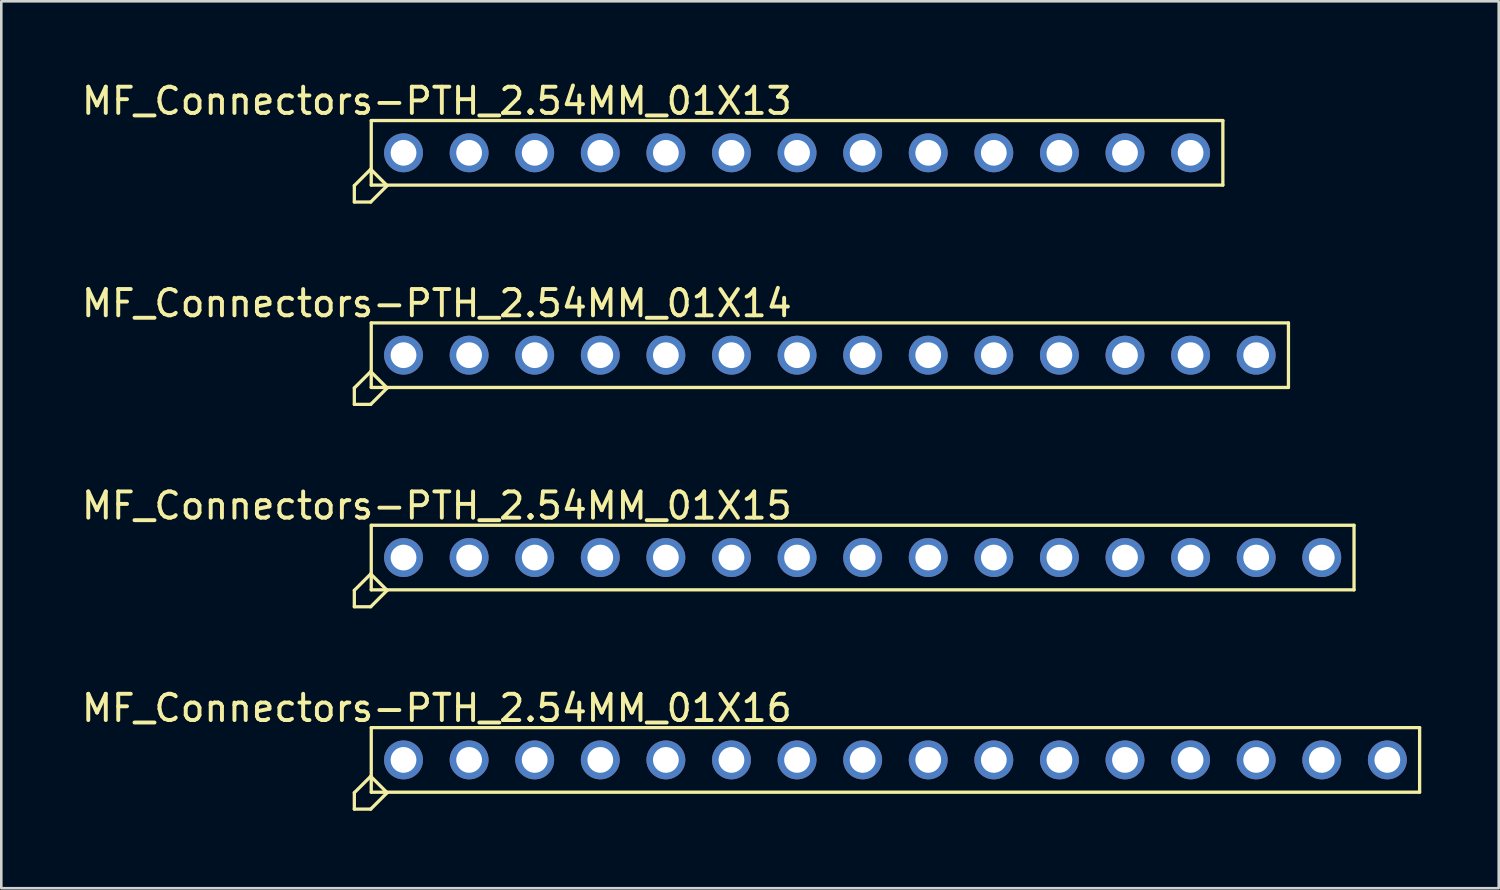
<source format=kicad_pcb>
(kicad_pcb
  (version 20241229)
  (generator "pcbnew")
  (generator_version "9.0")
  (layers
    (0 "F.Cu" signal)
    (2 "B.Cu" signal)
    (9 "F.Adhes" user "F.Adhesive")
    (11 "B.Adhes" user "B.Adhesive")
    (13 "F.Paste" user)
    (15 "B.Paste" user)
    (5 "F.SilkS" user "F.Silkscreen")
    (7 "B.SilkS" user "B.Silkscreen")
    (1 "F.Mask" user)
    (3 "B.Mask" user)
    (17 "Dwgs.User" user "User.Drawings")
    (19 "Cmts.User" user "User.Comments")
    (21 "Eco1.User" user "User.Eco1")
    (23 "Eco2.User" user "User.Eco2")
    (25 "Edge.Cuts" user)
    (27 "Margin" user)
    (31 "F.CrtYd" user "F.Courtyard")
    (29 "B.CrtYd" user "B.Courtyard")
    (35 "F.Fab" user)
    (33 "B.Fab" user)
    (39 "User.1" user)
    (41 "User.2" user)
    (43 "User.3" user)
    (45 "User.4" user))
  (footprint "MF_Connectors-PTH_2.54MM_01X16"
    (layer "F.Cu")
    (at 31.627 26.379)
    (property "Reference" "MF_Connectors-PTH_2.54MM_01X16" (at -17.76 -2.007 0) (layer "F.SilkS") (effects (font (size 1.016 1.016) (thickness 0.152))))
    (attr exclude_from_pos_files exclude_from_bom)
    (fp_line (start -20.955 1.27) (end -20.955 1.905) (stroke (width 0.127) (type solid)) (layer "F.SilkS"))
    (fp_line (start -20.955 1.905) (end -20.32 1.905) (stroke (width 0.127) (type solid)) (layer "F.SilkS"))
    (fp_line (start -20.32 0.635) (end -20.955 1.27) (stroke (width 0.127) (type solid)) (layer "F.SilkS"))
    (fp_line (start -20.32 1.905) (end -19.685 1.27) (stroke (width 0.127) (type solid)) (layer "F.SilkS"))
    (fp_line (start -20.3 -1.25) (end 20.3 -1.25) (stroke (width 0.127) (type solid)) (layer "F.SilkS"))
    (fp_line (start -20.3 1.25) (end -20.3 -1.25) (stroke (width 0.127) (type solid)) (layer "F.SilkS"))
    (fp_line (start -19.685 1.27) (end -20.32 0.635) (stroke (width 0.127) (type solid)) (layer "F.SilkS"))
    (fp_line (start 20.3 -1.25) (end 20.3 1.25) (stroke (width 0.127) (type solid)) (layer "F.SilkS"))
    (fp_line (start 20.3 1.25) (end -20.3 1.25) (stroke (width 0.127) (type solid)) (layer "F.SilkS"))
    (pad "1" thru_hole circle (at -19.05 0) (size 1.506 1.506) (drill 0.998) (layers "*.Cu" "*.Mask"))
    (pad "2" thru_hole circle (at -16.51 0) (size 1.506 1.506) (drill 0.998) (layers "*.Cu" "*.Mask"))
    (pad "3" thru_hole circle (at -13.97 0) (size 1.506 1.506) (drill 0.998) (layers "*.Cu" "*.Mask"))
    (pad "4" thru_hole circle (at -11.43 0) (size 1.506 1.506) (drill 0.998) (layers "*.Cu" "*.Mask"))
    (pad "5" thru_hole circle (at -8.89 0) (size 1.506 1.506) (drill 0.998) (layers "*.Cu" "*.Mask"))
    (pad "6" thru_hole circle (at -6.35 0) (size 1.506 1.506) (drill 0.998) (layers "*.Cu" "*.Mask"))
    (pad "7" thru_hole circle (at -3.81 0) (size 1.506 1.506) (drill 0.998) (layers "*.Cu" "*.Mask"))
    (pad "8" thru_hole circle (at -1.27 0) (size 1.506 1.506) (drill 0.998) (layers "*.Cu" "*.Mask"))
    (pad "9" thru_hole circle (at 1.27 0) (size 1.506 1.506) (drill 0.998) (layers "*.Cu" "*.Mask"))
    (pad "10" thru_hole circle (at 3.81 0) (size 1.506 1.506) (drill 0.998) (layers "*.Cu" "*.Mask"))
    (pad "11" thru_hole circle (at 6.35 0) (size 1.506 1.506) (drill 0.998) (layers "*.Cu" "*.Mask"))
    (pad "12" thru_hole circle (at 8.89 0) (size 1.506 1.506) (drill 0.998) (layers "*.Cu" "*.Mask"))
    (pad "13" thru_hole circle (at 11.43 0) (size 1.506 1.506) (drill 0.998) (layers "*.Cu" "*.Mask"))
    (pad "14" thru_hole circle (at 13.97 0) (size 1.506 1.506) (drill 0.998) (layers "*.Cu" "*.Mask"))
    (pad "15" thru_hole circle (at 16.51 0) (size 1.506 1.506) (drill 0.998) (layers "*.Cu" "*.Mask"))
    (pad "16" thru_hole circle (at 19.05 0) (size 1.506 1.506) (drill 0.998) (layers "*.Cu" "*.Mask")))
  (footprint "MF_Connectors-PTH_2.54MM_01X13"
    (layer "F.Cu")
    (at 27.817 2.868)
    (property "Reference" "MF_Connectors-PTH_2.54MM_01X13" (at -13.95 -2.007 0) (layer "F.SilkS") (effects (font (size 1.016 1.016) (thickness 0.152))))
    (attr exclude_from_pos_files exclude_from_bom)
    (fp_line (start -17.145 1.27) (end -17.145 1.905) (stroke (width 0.127) (type solid)) (layer "F.SilkS"))
    (fp_line (start -17.145 1.905) (end -16.51 1.905) (stroke (width 0.127) (type solid)) (layer "F.SilkS"))
    (fp_line (start -16.51 0.635) (end -17.145 1.27) (stroke (width 0.127) (type solid)) (layer "F.SilkS"))
    (fp_line (start -16.51 1.905) (end -15.875 1.27) (stroke (width 0.127) (type solid)) (layer "F.SilkS"))
    (fp_line (start -16.49 -1.25) (end 16.49 -1.25) (stroke (width 0.127) (type solid)) (layer "F.SilkS"))
    (fp_line (start -16.49 1.25) (end -16.49 -1.25) (stroke (width 0.127) (type solid)) (layer "F.SilkS"))
    (fp_line (start -15.875 1.27) (end -16.51 0.635) (stroke (width 0.127) (type solid)) (layer "F.SilkS"))
    (fp_line (start 16.49 -1.25) (end 16.49 1.25) (stroke (width 0.127) (type solid)) (layer "F.SilkS"))
    (fp_line (start 16.49 1.25) (end -16.49 1.25) (stroke (width 0.127) (type solid)) (layer "F.SilkS"))
    (pad "1" thru_hole circle (at -15.24 0) (size 1.506 1.506) (drill 0.998) (layers "*.Cu" "*.Mask"))
    (pad "2" thru_hole circle (at -12.7 0) (size 1.506 1.506) (drill 0.998) (layers "*.Cu" "*.Mask"))
    (pad "3" thru_hole circle (at -10.16 0) (size 1.506 1.506) (drill 0.998) (layers "*.Cu" "*.Mask"))
    (pad "4" thru_hole circle (at -7.62 0) (size 1.506 1.506) (drill 0.998) (layers "*.Cu" "*.Mask"))
    (pad "5" thru_hole circle (at -5.08 0) (size 1.506 1.506) (drill 0.998) (layers "*.Cu" "*.Mask"))
    (pad "6" thru_hole circle (at -2.54 0) (size 1.506 1.506) (drill 0.998) (layers "*.Cu" "*.Mask"))
    (pad "7" thru_hole circle (at 0 0) (size 1.506 1.506) (drill 0.998) (layers "*.Cu" "*.Mask"))
    (pad "8" thru_hole circle (at 2.54 0) (size 1.506 1.506) (drill 0.998) (layers "*.Cu" "*.Mask"))
    (pad "9" thru_hole circle (at 5.08 0) (size 1.506 1.506) (drill 0.998) (layers "*.Cu" "*.Mask"))
    (pad "10" thru_hole circle (at 7.62 0) (size 1.506 1.506) (drill 0.998) (layers "*.Cu" "*.Mask"))
    (pad "11" thru_hole circle (at 10.16 0) (size 1.506 1.506) (drill 0.998) (layers "*.Cu" "*.Mask"))
    (pad "12" thru_hole circle (at 12.7 0) (size 1.506 1.506) (drill 0.998) (layers "*.Cu" "*.Mask"))
    (pad "13" thru_hole circle (at 15.24 0) (size 1.506 1.506) (drill 0.998) (layers "*.Cu" "*.Mask")))
  (footprint "MF_Connectors-PTH_2.54MM_01X14"
    (layer "F.Cu")
    (at 29.087 10.705)
    (property "Reference" "MF_Connectors-PTH_2.54MM_01X14" (at -15.22 -2.007 0) (layer "F.SilkS") (effects (font (size 1.016 1.016) (thickness 0.152))))
    (attr exclude_from_pos_files exclude_from_bom)
    (fp_line (start -18.415 1.27) (end -18.415 1.905) (stroke (width 0.127) (type solid)) (layer "F.SilkS"))
    (fp_line (start -18.415 1.905) (end -17.78 1.905) (stroke (width 0.127) (type solid)) (layer "F.SilkS"))
    (fp_line (start -17.78 0.635) (end -18.415 1.27) (stroke (width 0.127) (type solid)) (layer "F.SilkS"))
    (fp_line (start -17.78 1.905) (end -17.145 1.27) (stroke (width 0.127) (type solid)) (layer "F.SilkS"))
    (fp_line (start -17.76 -1.25) (end 17.76 -1.25) (stroke (width 0.127) (type solid)) (layer "F.SilkS"))
    (fp_line (start -17.76 1.25) (end -17.76 -1.25) (stroke (width 0.127) (type solid)) (layer "F.SilkS"))
    (fp_line (start -17.145 1.27) (end -17.78 0.635) (stroke (width 0.127) (type solid)) (layer "F.SilkS"))
    (fp_line (start 17.76 -1.25) (end 17.76 1.25) (stroke (width 0.127) (type solid)) (layer "F.SilkS"))
    (fp_line (start 17.76 1.25) (end -17.76 1.25) (stroke (width 0.127) (type solid)) (layer "F.SilkS"))
    (pad "1" thru_hole circle (at -16.51 0) (size 1.506 1.506) (drill 0.998) (layers "*.Cu" "*.Mask"))
    (pad "2" thru_hole circle (at -13.97 0) (size 1.506 1.506) (drill 0.998) (layers "*.Cu" "*.Mask"))
    (pad "3" thru_hole circle (at -11.43 0) (size 1.506 1.506) (drill 0.998) (layers "*.Cu" "*.Mask"))
    (pad "4" thru_hole circle (at -8.89 0) (size 1.506 1.506) (drill 0.998) (layers "*.Cu" "*.Mask"))
    (pad "5" thru_hole circle (at -6.35 0) (size 1.506 1.506) (drill 0.998) (layers "*.Cu" "*.Mask"))
    (pad "6" thru_hole circle (at -3.81 0) (size 1.506 1.506) (drill 0.998) (layers "*.Cu" "*.Mask"))
    (pad "7" thru_hole circle (at -1.27 0) (size 1.506 1.506) (drill 0.998) (layers "*.Cu" "*.Mask"))
    (pad "8" thru_hole circle (at 1.27 0) (size 1.506 1.506) (drill 0.998) (layers "*.Cu" "*.Mask"))
    (pad "9" thru_hole circle (at 3.81 0) (size 1.506 1.506) (drill 0.998) (layers "*.Cu" "*.Mask"))
    (pad "10" thru_hole circle (at 6.35 0) (size 1.506 1.506) (drill 0.998) (layers "*.Cu" "*.Mask"))
    (pad "11" thru_hole circle (at 8.89 0) (size 1.506 1.506) (drill 0.998) (layers "*.Cu" "*.Mask"))
    (pad "12" thru_hole circle (at 11.43 0) (size 1.506 1.506) (drill 0.998) (layers "*.Cu" "*.Mask"))
    (pad "13" thru_hole circle (at 13.97 0) (size 1.506 1.506) (drill 0.998) (layers "*.Cu" "*.Mask"))
    (pad "14" thru_hole circle (at 16.51 0) (size 1.506 1.506) (drill 0.998) (layers "*.Cu" "*.Mask")))
  (footprint "MF_Connectors-PTH_2.54MM_01X15"
    (layer "F.Cu")
    (at 30.357 18.542)
    (property "Reference" "MF_Connectors-PTH_2.54MM_01X15" (at -16.49 -2.007 0) (layer "F.SilkS") (effects (font (size 1.016 1.016) (thickness 0.152))))
    (attr exclude_from_pos_files exclude_from_bom)
    (fp_line (start -19.685 1.27) (end -19.685 1.905) (stroke (width 0.127) (type solid)) (layer "F.SilkS"))
    (fp_line (start -19.685 1.905) (end -19.05 1.905) (stroke (width 0.127) (type solid)) (layer "F.SilkS"))
    (fp_line (start -19.05 0.635) (end -19.685 1.27) (stroke (width 0.127) (type solid)) (layer "F.SilkS"))
    (fp_line (start -19.05 1.905) (end -18.415 1.27) (stroke (width 0.127) (type solid)) (layer "F.SilkS"))
    (fp_line (start -19.03 -1.25) (end 19.03 -1.25) (stroke (width 0.127) (type solid)) (layer "F.SilkS"))
    (fp_line (start -19.03 1.25) (end -19.03 -1.25) (stroke (width 0.127) (type solid)) (layer "F.SilkS"))
    (fp_line (start -18.415 1.27) (end -19.05 0.635) (stroke (width 0.127) (type solid)) (layer "F.SilkS"))
    (fp_line (start 19.03 -1.25) (end 19.03 1.25) (stroke (width 0.127) (type solid)) (layer "F.SilkS"))
    (fp_line (start 19.03 1.25) (end -19.03 1.25) (stroke (width 0.127) (type solid)) (layer "F.SilkS"))
    (pad "1" thru_hole circle (at -17.78 0) (size 1.506 1.506) (drill 0.998) (layers "*.Cu" "*.Mask"))
    (pad "2" thru_hole circle (at -15.24 0) (size 1.506 1.506) (drill 0.998) (layers "*.Cu" "*.Mask"))
    (pad "3" thru_hole circle (at -12.7 0) (size 1.506 1.506) (drill 0.998) (layers "*.Cu" "*.Mask"))
    (pad "4" thru_hole circle (at -10.16 0) (size 1.506 1.506) (drill 0.998) (layers "*.Cu" "*.Mask"))
    (pad "5" thru_hole circle (at -7.62 0) (size 1.506 1.506) (drill 0.998) (layers "*.Cu" "*.Mask"))
    (pad "6" thru_hole circle (at -5.08 0) (size 1.506 1.506) (drill 0.998) (layers "*.Cu" "*.Mask"))
    (pad "7" thru_hole circle (at -2.54 0) (size 1.506 1.506) (drill 0.998) (layers "*.Cu" "*.Mask"))
    (pad "8" thru_hole circle (at 0 0) (size 1.506 1.506) (drill 0.998) (layers "*.Cu" "*.Mask"))
    (pad "9" thru_hole circle (at 2.54 0) (size 1.506 1.506) (drill 0.998) (layers "*.Cu" "*.Mask"))
    (pad "10" thru_hole circle (at 5.08 0) (size 1.506 1.506) (drill 0.998) (layers "*.Cu" "*.Mask"))
    (pad "11" thru_hole circle (at 7.62 0) (size 1.506 1.506) (drill 0.998) (layers "*.Cu" "*.Mask"))
    (pad "12" thru_hole circle (at 10.16 0) (size 1.506 1.506) (drill 0.998) (layers "*.Cu" "*.Mask"))
    (pad "13" thru_hole circle (at 12.7 0) (size 1.506 1.506) (drill 0.998) (layers "*.Cu" "*.Mask"))
    (pad "14" thru_hole circle (at 15.24 0) (size 1.506 1.506) (drill 0.998) (layers "*.Cu" "*.Mask"))
    (pad "15" thru_hole circle (at 17.78 0) (size 1.506 1.506) (drill 0.998) (layers "*.Cu" "*.Mask")))
  (gr_rect
    (start -3 -3)
    (end 54.99 31.348)
    (stroke (width 0.1) (type default))
    (fill no)
    (layer "Edge.Cuts")))
</source>
